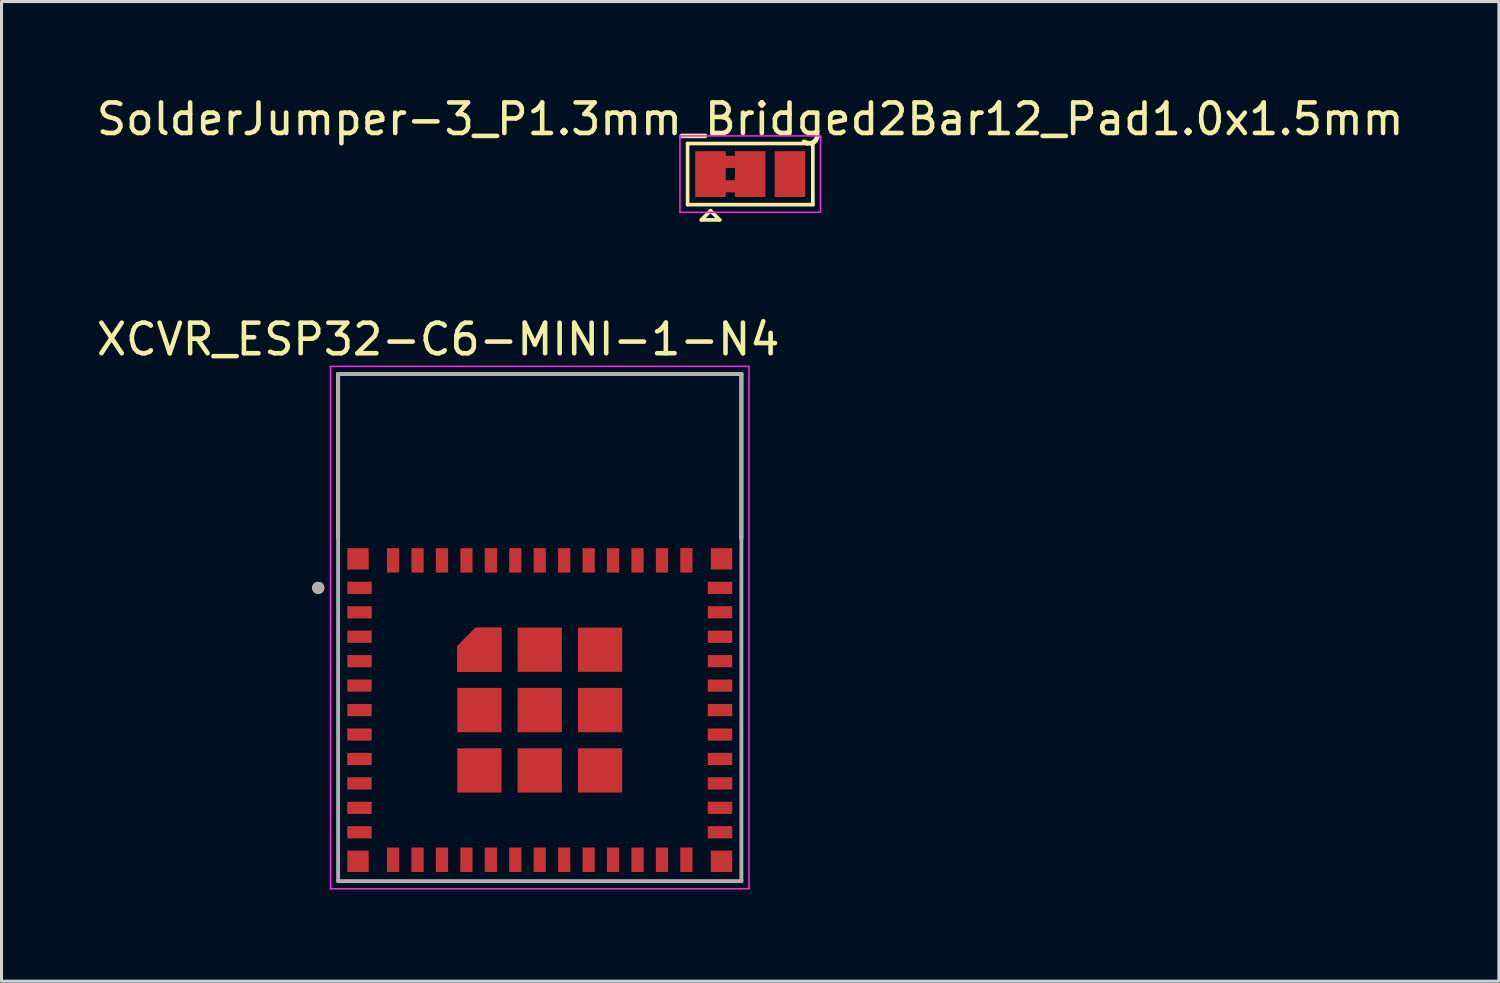
<source format=kicad_pcb>
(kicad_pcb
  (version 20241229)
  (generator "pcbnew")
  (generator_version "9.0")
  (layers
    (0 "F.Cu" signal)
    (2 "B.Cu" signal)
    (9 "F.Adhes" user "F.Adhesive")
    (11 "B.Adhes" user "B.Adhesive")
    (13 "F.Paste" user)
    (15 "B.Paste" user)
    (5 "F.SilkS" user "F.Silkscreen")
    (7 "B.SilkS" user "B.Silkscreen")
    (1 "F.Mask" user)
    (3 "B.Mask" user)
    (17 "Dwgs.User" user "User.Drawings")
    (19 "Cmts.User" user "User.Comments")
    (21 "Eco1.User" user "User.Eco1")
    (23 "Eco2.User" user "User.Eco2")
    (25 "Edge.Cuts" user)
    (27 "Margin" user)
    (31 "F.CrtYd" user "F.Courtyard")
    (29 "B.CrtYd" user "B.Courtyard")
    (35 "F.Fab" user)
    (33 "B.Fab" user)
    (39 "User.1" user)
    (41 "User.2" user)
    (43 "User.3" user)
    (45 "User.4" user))
  (footprint "XCVR_ESP32-C6-MINI-1-N4"
    (layer "F.Cu")
    (at 14.617 20.192)
    (property "Reference" "XCVR_ESP32-C6-MINI-1-N4" (at -3.325 -12.135 0) (layer "F.SilkS") (effects (font (size 1 1) (thickness 0.15))))
    (attr smd)
    (fp_poly (pts (xy -2.8 -1.15) (xy -1.15 -1.15) (xy -1.15 -2.8) (xy -2.15 -2.8) (xy -2.8 -2.15)) (stroke (width 0.01) (type solid)) (fill yes) (layer "F.Mask"))
    (fp_line (start -6.6 -11) (end 6.6 -11) (stroke (width 0.127) (type solid)) (layer "F.SilkS"))
    (fp_line (start -6.6 -5.62) (end -6.6 -11) (stroke (width 0.127) (type solid)) (layer "F.SilkS"))
    (fp_line (start 6.6 -11) (end 6.6 -5.62) (stroke (width 0.127) (type solid)) (layer "F.SilkS"))
    (fp_circle (center -7.25 -4) (end -7.15 -4) (stroke (width 0.2) (type solid)) (fill no) (layer "F.SilkS"))
    (fp_poly (pts (xy -2.7 -1.25) (xy -1.25 -1.25) (xy -1.25 -2.7) (xy -2.1 -2.7) (xy -2.7 -2.1)) (stroke (width 0.01) (type solid)) (fill yes) (layer "F.Paste"))
    (fp_line (start -6.85 -11.25) (end -6.85 5.85) (stroke (width 0.05) (type solid)) (layer "F.CrtYd"))
    (fp_line (start -6.85 5.85) (end 6.85 5.85) (stroke (width 0.05) (type solid)) (layer "F.CrtYd"))
    (fp_line (start 6.85 -11.25) (end -6.85 -11.25) (stroke (width 0.05) (type solid)) (layer "F.CrtYd"))
    (fp_line (start 6.85 5.85) (end 6.85 -11.25) (stroke (width 0.05) (type solid)) (layer "F.CrtYd"))
    (fp_line (start -6.6 -11) (end 6.6 -11) (stroke (width 0.127) (type solid)) (layer "F.Fab"))
    (fp_line (start -6.6 5.6) (end -6.6 -11) (stroke (width 0.127) (type solid)) (layer "F.Fab"))
    (fp_line (start 6.6 -11) (end 6.6 5.6) (stroke (width 0.127) (type solid)) (layer "F.Fab"))
    (fp_line (start 6.6 5.6) (end -6.6 5.6) (stroke (width 0.127) (type solid)) (layer "F.Fab"))
    (fp_circle (center -7.25 -4) (end -7.15 -4) (stroke (width 0.2) (type solid)) (fill no) (layer "F.Fab"))
    (pad "1" smd rect (at -5.9 -4) (size 0.8 0.4) (layers "F.Cu" "F.Mask" "F.Paste"))
    (pad "2" smd rect (at -5.9 -3.2) (size 0.8 0.4) (layers "F.Cu" "F.Mask" "F.Paste"))
    (pad "3" smd rect (at -5.9 -2.4) (size 0.8 0.4) (layers "F.Cu" "F.Mask" "F.Paste"))
    (pad "4" smd rect (at -5.9 -1.6) (size 0.8 0.4) (layers "F.Cu" "F.Mask" "F.Paste"))
    (pad "5" smd rect (at -5.9 -0.8) (size 0.8 0.4) (layers "F.Cu" "F.Mask" "F.Paste"))
    (pad "6" smd rect (at -5.9 0) (size 0.8 0.4) (layers "F.Cu" "F.Mask" "F.Paste"))
    (pad "7" smd rect (at -5.9 0.8) (size 0.8 0.4) (layers "F.Cu" "F.Mask" "F.Paste"))
    (pad "8" smd rect (at -5.9 1.6) (size 0.8 0.4) (layers "F.Cu" "F.Mask" "F.Paste"))
    (pad "9" smd rect (at -5.9 2.4) (size 0.8 0.4) (layers "F.Cu" "F.Mask" "F.Paste"))
    (pad "10" smd rect (at -5.9 3.2) (size 0.8 0.4) (layers "F.Cu" "F.Mask" "F.Paste"))
    (pad "11" smd rect (at -5.9 4) (size 0.8 0.4) (layers "F.Cu" "F.Mask" "F.Paste"))
    (pad "12" smd rect (at -4.8 4.9) (size 0.4 0.8) (layers "F.Cu" "F.Mask" "F.Paste"))
    (pad "13" smd rect (at -4 4.9) (size 0.4 0.8) (layers "F.Cu" "F.Mask" "F.Paste"))
    (pad "14" smd rect (at -3.2 4.9) (size 0.4 0.8) (layers "F.Cu" "F.Mask" "F.Paste"))
    (pad "15" smd rect (at -2.4 4.9) (size 0.4 0.8) (layers "F.Cu" "F.Mask" "F.Paste"))
    (pad "16" smd rect (at -1.6 4.9) (size 0.4 0.8) (layers "F.Cu" "F.Mask" "F.Paste"))
    (pad "17" smd rect (at -0.8 4.9) (size 0.4 0.8) (layers "F.Cu" "F.Mask" "F.Paste"))
    (pad "18" smd rect (at 0 4.9) (size 0.4 0.8) (layers "F.Cu" "F.Mask" "F.Paste"))
    (pad "19" smd rect (at 0.8 4.9) (size 0.4 0.8) (layers "F.Cu" "F.Mask" "F.Paste"))
    (pad "20" smd rect (at 1.6 4.9) (size 0.4 0.8) (layers "F.Cu" "F.Mask" "F.Paste"))
    (pad "21" smd rect (at 2.4 4.9) (size 0.4 0.8) (layers "F.Cu" "F.Mask" "F.Paste"))
    (pad "22" smd rect (at 3.2 4.9) (size 0.4 0.8) (layers "F.Cu" "F.Mask" "F.Paste"))
    (pad "23" smd rect (at 4 4.9) (size 0.4 0.8) (layers "F.Cu" "F.Mask" "F.Paste"))
    (pad "24" smd rect (at 4.8 4.9) (size 0.4 0.8) (layers "F.Cu" "F.Mask" "F.Paste"))
    (pad "25" smd rect (at 5.9 4) (size 0.8 0.4) (layers "F.Cu" "F.Mask" "F.Paste"))
    (pad "26" smd rect (at 5.9 3.2) (size 0.8 0.4) (layers "F.Cu" "F.Mask" "F.Paste"))
    (pad "27" smd rect (at 5.9 2.4) (size 0.8 0.4) (layers "F.Cu" "F.Mask" "F.Paste"))
    (pad "28" smd rect (at 5.9 1.6) (size 0.8 0.4) (layers "F.Cu" "F.Mask" "F.Paste"))
    (pad "29" smd rect (at 5.9 0.8) (size 0.8 0.4) (layers "F.Cu" "F.Mask" "F.Paste"))
    (pad "30" smd rect (at 5.9 0) (size 0.8 0.4) (layers "F.Cu" "F.Mask" "F.Paste"))
    (pad "31" smd rect (at 5.9 -0.8) (size 0.8 0.4) (layers "F.Cu" "F.Mask" "F.Paste"))
    (pad "32" smd rect (at 5.9 -1.6) (size 0.8 0.4) (layers "F.Cu" "F.Mask" "F.Paste"))
    (pad "33" smd rect (at 5.9 -2.4) (size 0.8 0.4) (layers "F.Cu" "F.Mask" "F.Paste"))
    (pad "34" smd rect (at 5.9 -3.2) (size 0.8 0.4) (layers "F.Cu" "F.Mask" "F.Paste"))
    (pad "35" smd rect (at 5.9 -4) (size 0.8 0.4) (layers "F.Cu" "F.Mask" "F.Paste"))
    (pad "36" smd rect (at 4.8 -4.9) (size 0.4 0.8) (layers "F.Cu" "F.Mask" "F.Paste"))
    (pad "37" smd rect (at 4 -4.9) (size 0.4 0.8) (layers "F.Cu" "F.Mask" "F.Paste"))
    (pad "38" smd rect (at 3.2 -4.9) (size 0.4 0.8) (layers "F.Cu" "F.Mask" "F.Paste"))
    (pad "39" smd rect (at 2.4 -4.9) (size 0.4 0.8) (layers "F.Cu" "F.Mask" "F.Paste"))
    (pad "40" smd rect (at 1.6 -4.9) (size 0.4 0.8) (layers "F.Cu" "F.Mask" "F.Paste"))
    (pad "41" smd rect (at 0.8 -4.9) (size 0.4 0.8) (layers "F.Cu" "F.Mask" "F.Paste"))
    (pad "42" smd rect (at 0 -4.9) (size 0.4 0.8) (layers "F.Cu" "F.Mask" "F.Paste"))
    (pad "43" smd rect (at -0.8 -4.9) (size 0.4 0.8) (layers "F.Cu" "F.Mask" "F.Paste"))
    (pad "44" smd rect (at -1.6 -4.9) (size 0.4 0.8) (layers "F.Cu" "F.Mask" "F.Paste"))
    (pad "45" smd rect (at -2.4 -4.9) (size 0.4 0.8) (layers "F.Cu" "F.Mask" "F.Paste"))
    (pad "46" smd rect (at -3.2 -4.9) (size 0.4 0.8) (layers "F.Cu" "F.Mask" "F.Paste"))
    (pad "47" smd rect (at -4 -4.9) (size 0.4 0.8) (layers "F.Cu" "F.Mask" "F.Paste"))
    (pad "48" smd rect (at -4.8 -4.9) (size 0.4 0.8) (layers "F.Cu" "F.Mask" "F.Paste"))
    (pad "49_1" smd custom (at -1.975 -1.975) (size 0.4 0.4) (layers "F.Cu") (options (anchor rect)) (primitives (gr_poly (pts (xy -0.725 0.725) (xy 0.725 0.725) (xy 0.725 -0.725) (xy -0.125 -0.725) (xy -0.725 -0.125)) (width 0.01) (fill yes))))
    (pad "49_2" smd rect (at 0 -1.975) (size 1.45 1.45) (layers "F.Cu" "F.Mask" "F.Paste"))
    (pad "49_3" smd rect (at 1.975 -1.975) (size 1.45 1.45) (layers "F.Cu" "F.Mask" "F.Paste"))
    (pad "49_4" smd rect (at -1.975 0) (size 1.45 1.45) (layers "F.Cu" "F.Mask" "F.Paste"))
    (pad "49_5" smd rect (at 0 0) (size 1.45 1.45) (layers "F.Cu" "F.Mask" "F.Paste"))
    (pad "49_6" smd rect (at 1.975 0) (size 1.45 1.45) (layers "F.Cu" "F.Mask" "F.Paste"))
    (pad "49_7" smd rect (at -1.975 1.975) (size 1.45 1.45) (layers "F.Cu" "F.Mask" "F.Paste"))
    (pad "49_8" smd rect (at 0 1.975) (size 1.45 1.45) (layers "F.Cu" "F.Mask" "F.Paste"))
    (pad "49_9" smd rect (at 1.975 1.975) (size 1.45 1.45) (layers "F.Cu" "F.Mask" "F.Paste"))
    (pad "50" smd rect (at 5.95 -4.95) (size 0.7 0.7) (layers "F.Cu" "F.Mask" "F.Paste"))
    (pad "51" smd rect (at 5.95 4.95) (size 0.7 0.7) (layers "F.Cu" "F.Mask" "F.Paste"))
    (pad "52" smd rect (at -5.95 4.95) (size 0.7 0.7) (layers "F.Cu" "F.Mask" "F.Paste"))
    (pad "53" smd rect (at -5.95 -4.95) (size 0.7 0.7) (layers "F.Cu" "F.Mask" "F.Paste"))
    (zone (net_name "") (layer "F.Cu") (hatch full 0.508) (connect_pads) (min_thickness 0.01) (filled_areas_thickness no) (keepout (tracks not_allowed) (vias not_allowed) (pads not_allowed) (copperpour not_allowed) (footprints allowed)) (placement (enabled no)) (fill) (polygon (pts (xy 8.017 9.191) (xy 21.217 9.191) (xy 21.217 14.591) (xy 8.017 14.591))))
    (zone (net_name "") (layers "F.Cu" "B.Cu") (hatch full 0.508) (connect_pads) (min_thickness 0.01) (filled_areas_thickness no) (keepout (tracks allowed) (vias not_allowed) (pads allowed) (copperpour allowed) (footprints allowed)) (placement (enabled no)) (fill) (polygon (pts (xy 8.017 9.191) (xy 21.217 9.191) (xy 21.217 14.591) (xy 8.017 14.591)))))
  (footprint "SolderJumper-3_P1.3mm_Bridged2Bar12_Pad1.0x1.5mm"
    (layer "F.Cu")
    (at 21.506 2.648)
    (property "Reference" "SolderJumper-3_P1.3mm_Bridged2Bar12_Pad1.0x1.5mm" (at 0 -1.8 0) (layer "F.SilkS") (effects (font (size 1 1) (thickness 0.15))))
    (attr exclude_from_pos_files exclude_from_bom)
    (fp_poly (pts (xy -0.9 -0.6) (xy -0.4 -0.6) (xy -0.4 -0.2) (xy -0.9 -0.2)) (stroke (width 0) (type solid)) (fill yes) (layer "F.Cu"))
    (fp_poly (pts (xy -0.9 0.2) (xy -0.4 0.2) (xy -0.4 0.6) (xy -0.9 0.6)) (stroke (width 0) (type solid)) (fill yes) (layer "F.Cu"))
    (fp_poly (pts (xy -0.9 -0.6) (xy -0.4 -0.6) (xy -0.4 -0.2) (xy -0.9 -0.2)) (stroke (width 0) (type solid)) (fill yes) (layer "F.Mask"))
    (fp_poly (pts (xy -0.9 0.2) (xy -0.4 0.2) (xy -0.4 0.6) (xy -0.9 0.6)) (stroke (width 0) (type solid)) (fill yes) (layer "F.Mask"))
    (fp_line (start -2.05 -1) (end 2.05 -1) (stroke (width 0.12) (type solid)) (layer "F.SilkS"))
    (fp_line (start -2.05 1) (end -2.05 -1) (stroke (width 0.12) (type solid)) (layer "F.SilkS"))
    (fp_line (start -1.6 1.5) (end -1 1.5) (stroke (width 0.12) (type solid)) (layer "F.SilkS"))
    (fp_line (start -1.3 1.2) (end -1.6 1.5) (stroke (width 0.12) (type solid)) (layer "F.SilkS"))
    (fp_line (start -1.3 1.2) (end -1 1.5) (stroke (width 0.12) (type solid)) (layer "F.SilkS"))
    (fp_line (start 2.05 -1) (end 2.05 1) (stroke (width 0.12) (type solid)) (layer "F.SilkS"))
    (fp_line (start 2.05 1) (end -2.05 1) (stroke (width 0.12) (type solid)) (layer "F.SilkS"))
    (fp_line (start -2.3 -1.25) (end -2.3 1.25) (stroke (width 0.05) (type solid)) (layer "F.CrtYd"))
    (fp_line (start -2.3 -1.25) (end 2.3 -1.25) (stroke (width 0.05) (type solid)) (layer "F.CrtYd"))
    (fp_line (start 2.3 1.25) (end -2.3 1.25) (stroke (width 0.05) (type solid)) (layer "F.CrtYd"))
    (fp_line (start 2.3 1.25) (end 2.3 -1.25) (stroke (width 0.05) (type solid)) (layer "F.CrtYd"))
    (pad "1" smd rect (at -1.3 0) (size 1 1.5) (layers "F.Cu" "F.Mask"))
    (pad "2" smd rect (at 0 0) (size 1 1.5) (layers "F.Cu" "F.Mask"))
    (pad "3" smd rect (at 1.3 0) (size 1 1.5) (layers "F.Cu" "F.Mask")))
  (gr_rect
    (start -3 -3)
    (end 46.012 29.067)
    (stroke (width 0.1) (type default))
    (fill no)
    (layer "Edge.Cuts")))
</source>
